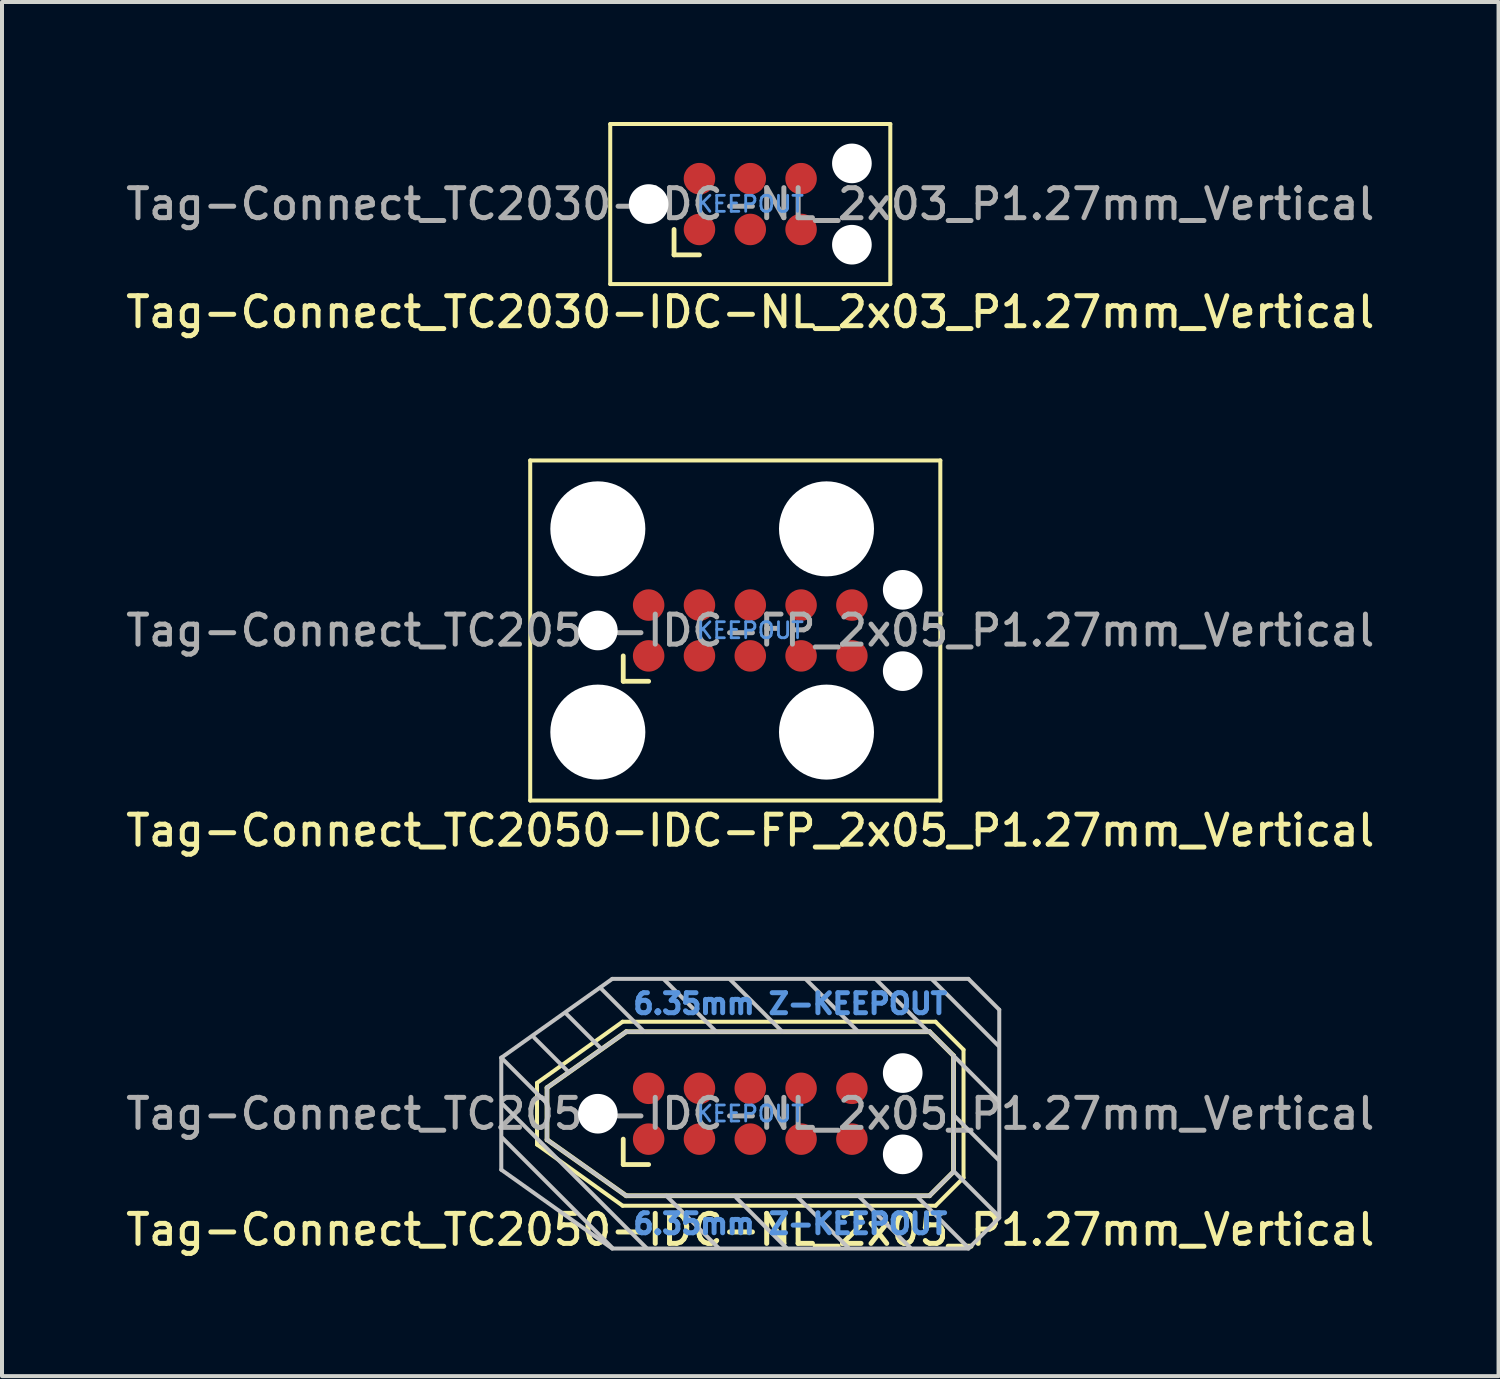
<source format=kicad_pcb>
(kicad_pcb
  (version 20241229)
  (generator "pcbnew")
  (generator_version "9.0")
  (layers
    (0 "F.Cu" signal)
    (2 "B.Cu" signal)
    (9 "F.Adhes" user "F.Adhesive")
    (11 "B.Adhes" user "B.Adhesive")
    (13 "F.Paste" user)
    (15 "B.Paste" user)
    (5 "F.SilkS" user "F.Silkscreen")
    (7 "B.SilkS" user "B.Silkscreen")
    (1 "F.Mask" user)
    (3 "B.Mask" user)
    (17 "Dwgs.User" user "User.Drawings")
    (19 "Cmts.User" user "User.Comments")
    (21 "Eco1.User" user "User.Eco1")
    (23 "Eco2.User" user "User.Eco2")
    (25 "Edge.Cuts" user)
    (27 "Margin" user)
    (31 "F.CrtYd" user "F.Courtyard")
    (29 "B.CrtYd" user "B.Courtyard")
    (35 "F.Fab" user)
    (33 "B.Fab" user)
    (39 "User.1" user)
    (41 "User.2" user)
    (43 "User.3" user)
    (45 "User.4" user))
  (footprint "Tag-Connect_TC2030-IDC-NL_2x03_P1.27mm_Vertical"
    (layer "F.Cu")
    (at 15.702 2.05)
    (property "Reference" "Tag-Connect_TC2030-IDC-NL_2x03_P1.27mm_Vertical" (at 0 2.7 0) (layer "F.SilkS") (effects (font (size 0.75 0.75) (thickness 0.125))))
    (attr exclude_from_pos_files exclude_from_bom)
    (fp_line (start -3.5 -2) (end 3.5 -2) (stroke (width 0.1) (type solid)) (layer "F.SilkS"))
    (fp_line (start -3.5 2) (end -3.5 -2) (stroke (width 0.1) (type solid)) (layer "F.SilkS"))
    (fp_line (start -1.905 1.27) (end -1.905 0.635) (stroke (width 0.12) (type solid)) (layer "F.SilkS"))
    (fp_line (start -1.27 1.27) (end -1.905 1.27) (stroke (width 0.12) (type solid)) (layer "F.SilkS"))
    (fp_line (start 3.5 -2) (end 3.5 2) (stroke (width 0.1) (type solid)) (layer "F.SilkS"))
    (fp_line (start 3.5 2) (end -3.5 2) (stroke (width 0.1) (type solid)) (layer "F.SilkS"))
    (fp_text user "KEEPOUT" (at 0 0 0) (layer "Cmts.User") (effects (font (size 0.4 0.4) (thickness 0.07))))
    (fp_text user "${REFERENCE}" (at 0 0 0) (layer "F.Fab") (effects (font (size 0.75 0.75) (thickness 0.125))))
    (pad "" np_thru_hole circle (at -2.54 0) (size 0.991 0.991) (drill 0.991) (layers "*.Cu" "*.Mask"))
    (pad "" np_thru_hole circle (at 2.54 -1.016) (size 0.991 0.991) (drill 0.991) (layers "*.Cu" "*.Mask"))
    (pad "" np_thru_hole circle (at 2.54 1.016) (size 0.991 0.991) (drill 0.991) (layers "*.Cu" "*.Mask"))
    (pad "1" connect circle (at -1.27 0.635) (size 0.787 0.787) (layers "F.Cu" "F.Mask"))
    (pad "2" connect circle (at -1.27 -0.635) (size 0.787 0.787) (layers "F.Cu" "F.Mask"))
    (pad "3" connect circle (at 0 0.635) (size 0.787 0.787) (layers "F.Cu" "F.Mask"))
    (pad "4" connect circle (at 0 -0.635) (size 0.787 0.787) (layers "F.Cu" "F.Mask"))
    (pad "5" connect circle (at 1.27 0.635) (size 0.787 0.787) (layers "F.Cu" "F.Mask"))
    (pad "6" connect circle (at 1.27 -0.635) (size 0.787 0.787) (layers "F.Cu" "F.Mask"))
    (zone (net_name "") (layer "F.Cu") (hatch full 0.508) (connect_pads) (min_thickness 0.254) (filled_areas_thickness no) (keepout (tracks allowed) (vias not_allowed) (pads allowed) (copperpour not_allowed) (footprints not_allowed)) (placement (enabled no)) (fill) (polygon (pts (xy 16.972 1.415) (xy 14.432 1.415) (xy 14.432 2.685) (xy 16.972 2.685)))))
  (footprint "Tag-Connect_TC2050-IDC-FP_2x05_P1.27mm_Vertical"
    (layer "F.Cu")
    (at 15.702 12.708)
    (property "Reference" "Tag-Connect_TC2050-IDC-FP_2x05_P1.27mm_Vertical" (at 0 5 0) (layer "F.SilkS") (effects (font (size 0.75 0.75) (thickness 0.125))))
    (attr exclude_from_pos_files exclude_from_bom)
    (fp_line (start -5.5 -4.25) (end 4.75 -4.25) (stroke (width 0.1) (type solid)) (layer "F.SilkS"))
    (fp_line (start -5.5 4.25) (end -5.5 -4.25) (stroke (width 0.1) (type solid)) (layer "F.SilkS"))
    (fp_line (start -3.175 1.27) (end -3.175 0.635) (stroke (width 0.12) (type solid)) (layer "F.SilkS"))
    (fp_line (start -2.54 1.27) (end -3.175 1.27) (stroke (width 0.12) (type solid)) (layer "F.SilkS"))
    (fp_line (start 4.75 -4.25) (end 4.75 4.25) (stroke (width 0.1) (type solid)) (layer "F.SilkS"))
    (fp_line (start 4.75 4.25) (end -5.5 4.25) (stroke (width 0.1) (type solid)) (layer "F.SilkS"))
    (fp_text user "KEEPOUT" (at 0 0 0) (layer "Cmts.User") (effects (font (size 0.4 0.4) (thickness 0.07))))
    (fp_text user "${REFERENCE}" (at 0 0 0) (layer "F.Fab") (effects (font (size 0.75 0.75) (thickness 0.125))))
    (pad "" np_thru_hole circle (at -3.81 -2.54) (size 2.375 2.375) (drill 2.375) (layers "*.Cu" "*.Mask"))
    (pad "" np_thru_hole circle (at -3.81 0) (size 0.991 0.991) (drill 0.991) (layers "*.Cu" "*.Mask"))
    (pad "" np_thru_hole circle (at -3.81 2.54) (size 2.375 2.375) (drill 2.375) (layers "*.Cu" "*.Mask"))
    (pad "" np_thru_hole circle (at 1.905 -2.54) (size 2.375 2.375) (drill 2.375) (layers "*.Cu" "*.Mask"))
    (pad "" np_thru_hole circle (at 1.905 2.54) (size 2.375 2.375) (drill 2.375) (layers "*.Cu" "*.Mask"))
    (pad "" np_thru_hole circle (at 3.81 -1.016) (size 0.991 0.991) (drill 0.991) (layers "*.Cu" "*.Mask"))
    (pad "" np_thru_hole circle (at 3.81 1.016) (size 0.991 0.991) (drill 0.991) (layers "*.Cu" "*.Mask"))
    (pad "1" connect circle (at -2.54 0.635) (size 0.787 0.787) (layers "F.Cu" "F.Mask"))
    (pad "2" connect circle (at -1.27 0.635) (size 0.787 0.787) (layers "F.Cu" "F.Mask"))
    (pad "3" connect circle (at 0 0.635) (size 0.787 0.787) (layers "F.Cu" "F.Mask"))
    (pad "4" connect circle (at 1.27 0.635) (size 0.787 0.787) (layers "F.Cu" "F.Mask"))
    (pad "5" connect circle (at 2.54 0.635) (size 0.787 0.787) (layers "F.Cu" "F.Mask"))
    (pad "6" connect circle (at 2.54 -0.635) (size 0.787 0.787) (layers "F.Cu" "F.Mask"))
    (pad "7" connect circle (at 1.27 -0.635) (size 0.787 0.787) (layers "F.Cu" "F.Mask"))
    (pad "8" connect circle (at 0 -0.635) (size 0.787 0.787) (layers "F.Cu" "F.Mask"))
    (pad "9" connect circle (at -1.27 -0.635) (size 0.787 0.787) (layers "F.Cu" "F.Mask"))
    (pad "10" connect circle (at -2.54 -0.635) (size 0.787 0.787) (layers "F.Cu" "F.Mask"))
    (zone (net_name "") (layer "F.Cu") (hatch full 0.508) (connect_pads) (min_thickness 0.254) (filled_areas_thickness no) (keepout (tracks allowed) (vias not_allowed) (pads allowed) (copperpour not_allowed) (footprints not_allowed)) (placement (enabled no)) (fill) (polygon (pts (xy 13.162 13.343) (xy 18.242 13.343) (xy 18.242 12.073) (xy 13.162 12.073)))))
  (footprint "Tag-Connect_TC2050-IDC-NL_2x05_P1.27mm_Vertical"
    (layer "F.Cu")
    (at 15.702 24.786)
    (property "Reference" "Tag-Connect_TC2050-IDC-NL_2x05_P1.27mm_Vertical" (at 0 2.9 0) (layer "F.SilkS") (effects (font (size 0.75 0.75) (thickness 0.125))))
    (attr exclude_from_pos_files exclude_from_bom)
    (fp_line (start -5.33 -0.77) (end -3.19 -2.3) (stroke (width 0.1) (type solid)) (layer "F.SilkS"))
    (fp_line (start -5.33 0.77) (end -5.33 -0.77) (stroke (width 0.1) (type solid)) (layer "F.SilkS"))
    (fp_line (start -5.08 -0.65) (end -3.1 -2.05) (stroke (width 0.12) (type solid)) (layer "F.SilkS"))
    (fp_line (start -5.08 0.65) (end -5.08 -0.65) (stroke (width 0.12) (type solid)) (layer "F.SilkS"))
    (fp_line (start -3.19 -2.3) (end 4.63 -2.3) (stroke (width 0.1) (type solid)) (layer "F.SilkS"))
    (fp_line (start -3.19 2.3) (end -5.33 0.77) (stroke (width 0.1) (type solid)) (layer "F.SilkS"))
    (fp_line (start -3.175 1.27) (end -3.175 0.635) (stroke (width 0.12) (type solid)) (layer "F.SilkS"))
    (fp_line (start -3.1 -2.05) (end 4.48 -2.05) (stroke (width 0.12) (type solid)) (layer "F.SilkS"))
    (fp_line (start -3.1 2.05) (end -5.08 0.65) (stroke (width 0.12) (type solid)) (layer "F.SilkS"))
    (fp_line (start -2.54 1.27) (end -3.175 1.27) (stroke (width 0.12) (type solid)) (layer "F.SilkS"))
    (fp_line (start 4.48 -2.05) (end 5.08 -1.45) (stroke (width 0.12) (type solid)) (layer "F.SilkS"))
    (fp_line (start 4.48 2.05) (end -3.1 2.05) (stroke (width 0.12) (type solid)) (layer "F.SilkS"))
    (fp_line (start 4.48 2.05) (end 5.08 1.45) (stroke (width 0.12) (type solid)) (layer "F.SilkS"))
    (fp_line (start 4.63 -2.3) (end 5.33 -1.6) (stroke (width 0.1) (type solid)) (layer "F.SilkS"))
    (fp_line (start 4.63 2.3) (end -3.19 2.3) (stroke (width 0.1) (type solid)) (layer "F.SilkS"))
    (fp_line (start 4.63 2.3) (end 5.33 1.6) (stroke (width 0.1) (type solid)) (layer "F.SilkS"))
    (fp_line (start 5.08 -1.45) (end 5.08 1.45) (stroke (width 0.12) (type solid)) (layer "F.SilkS"))
    (fp_line (start 5.33 -1.6) (end 5.33 1.6) (stroke (width 0.1) (type solid)) (layer "F.SilkS"))
    (fp_line (start -6.223 -1.4) (end -5.1 -0.277) (stroke (width 0.1) (type solid)) (layer "Dwgs.User"))
    (fp_line (start -6.223 -1.4) (end -3.45 -3.37) (stroke (width 0.1) (type solid)) (layer "Dwgs.User"))
    (fp_line (start -6.223 1.4) (end -6.223 -1.4) (stroke (width 0.1) (type solid)) (layer "Dwgs.User"))
    (fp_line (start -6.223 1.4) (end -3.45 3.37) (stroke (width 0.1) (type solid)) (layer "Dwgs.User"))
    (fp_line (start -6.2 -0.25) (end -2.6 3.35) (stroke (width 0.1) (type solid)) (layer "Dwgs.User"))
    (fp_line (start -6.2 0.6) (end -3.45 3.35) (stroke (width 0.1) (type solid)) (layer "Dwgs.User"))
    (fp_line (start -5.4 -1.9) (end -4.55 -1.05) (stroke (width 0.1) (type solid)) (layer "Dwgs.User"))
    (fp_line (start -5.08 -0.65) (end -3.1 -2.05) (stroke (width 0.1) (type solid)) (layer "Dwgs.User"))
    (fp_line (start -5.08 0.65) (end -5.08 -0.65) (stroke (width 0.1) (type solid)) (layer "Dwgs.User"))
    (fp_line (start -4.6 -2.5) (end -3.75 -1.65) (stroke (width 0.1) (type solid)) (layer "Dwgs.User"))
    (fp_line (start -3.75 -3.15) (end -2.65 -2.05) (stroke (width 0.1) (type solid)) (layer "Dwgs.User"))
    (fp_line (start -3.45 -3.37) (end 5.453 -3.37) (stroke (width 0.1) (type solid)) (layer "Dwgs.User"))
    (fp_line (start -3.1 -2.05) (end 4.48 -2.05) (stroke (width 0.1) (type solid)) (layer "Dwgs.User"))
    (fp_line (start -3.1 2.05) (end -5.08 0.65) (stroke (width 0.1) (type solid)) (layer "Dwgs.User"))
    (fp_line (start -2.15 -3.35) (end -0.85 -2.05) (stroke (width 0.1) (type solid)) (layer "Dwgs.User"))
    (fp_line (start -2.1 2.05) (end -0.8 3.35) (stroke (width 0.1) (type solid)) (layer "Dwgs.User"))
    (fp_line (start -0.5 -3.35) (end 0.8 -2.05) (stroke (width 0.1) (type solid)) (layer "Dwgs.User"))
    (fp_line (start -0.35 2.1) (end 0.9 3.35) (stroke (width 0.1) (type solid)) (layer "Dwgs.User"))
    (fp_line (start 1.15 2.05) (end 2.45 3.35) (stroke (width 0.1) (type solid)) (layer "Dwgs.User"))
    (fp_line (start 1.4 -3.35) (end 2.7 -2.05) (stroke (width 0.1) (type solid)) (layer "Dwgs.User"))
    (fp_line (start 2.7 2.05) (end 4 3.35) (stroke (width 0.1) (type solid)) (layer "Dwgs.User"))
    (fp_line (start 3.15 -3.35) (end 4.4 -2.1) (stroke (width 0.1) (type solid)) (layer "Dwgs.User"))
    (fp_line (start 4.2 2.1) (end 5.45 3.35) (stroke (width 0.1) (type solid)) (layer "Dwgs.User"))
    (fp_line (start 4.4 -2.1) (end 4.45 -2.05) (stroke (width 0.1) (type solid)) (layer "Dwgs.User"))
    (fp_line (start 4.48 -2.05) (end 5.08 -1.45) (stroke (width 0.1) (type solid)) (layer "Dwgs.User"))
    (fp_line (start 4.48 2.05) (end -3.1 2.05) (stroke (width 0.1) (type solid)) (layer "Dwgs.User"))
    (fp_line (start 4.48 2.05) (end 5.08 1.45) (stroke (width 0.1) (type solid)) (layer "Dwgs.User"))
    (fp_line (start 4.55 -3.35) (end 6.2 -1.7) (stroke (width 0.1) (type solid)) (layer "Dwgs.User"))
    (fp_line (start 5.08 -1.45) (end 5.08 1.45) (stroke (width 0.1) (type solid)) (layer "Dwgs.User"))
    (fp_line (start 5.08 -1.45) (end 6.2 -0.33) (stroke (width 0.1) (type solid)) (layer "Dwgs.User"))
    (fp_line (start 5.1 0.05) (end 6.2 1.15) (stroke (width 0.1) (type solid)) (layer "Dwgs.User"))
    (fp_line (start 5.1 1.45) (end 6.2 2.55) (stroke (width 0.1) (type solid)) (layer "Dwgs.User"))
    (fp_line (start 5.453 -3.37) (end 6.223 -2.6) (stroke (width 0.1) (type solid)) (layer "Dwgs.User"))
    (fp_line (start 5.453 3.37) (end -3.45 3.37) (stroke (width 0.1) (type solid)) (layer "Dwgs.User"))
    (fp_line (start 5.453 3.37) (end 6.223 2.6) (stroke (width 0.1) (type solid)) (layer "Dwgs.User"))
    (fp_line (start 6.223 -2.6) (end 6.223 2.6) (stroke (width 0.1) (type solid)) (layer "Dwgs.User"))
    (fp_text user "6.35mm Z-KEEPOUT" (at 1 2.75 0) (layer "Cmts.User") (effects (font (size 0.5 0.5) (thickness 0.125))))
    (fp_text user "6.35mm Z-KEEPOUT" (at 1 -2.75 0) (layer "Cmts.User") (effects (font (size 0.5 0.5) (thickness 0.125))))
    (fp_text user "KEEPOUT" (at 0 0 0) (layer "Cmts.User") (effects (font (size 0.4 0.4) (thickness 0.07))))
    (fp_text user "${REFERENCE}" (at 0 0 0) (layer "F.Fab") (effects (font (size 0.75 0.75) (thickness 0.125))))
    (pad "" np_thru_hole circle (at -3.81 0) (size 0.991 0.991) (drill 0.991) (layers "*.Cu" "*.Mask"))
    (pad "" np_thru_hole circle (at 3.81 -1.016) (size 0.991 0.991) (drill 0.991) (layers "*.Cu" "*.Mask"))
    (pad "" np_thru_hole circle (at 3.81 1.016) (size 0.991 0.991) (drill 0.991) (layers "*.Cu" "*.Mask"))
    (pad "1" connect circle (at -2.54 0.635) (size 0.787 0.787) (layers "F.Cu" "F.Mask"))
    (pad "2" connect circle (at -1.27 0.635) (size 0.787 0.787) (layers "F.Cu" "F.Mask"))
    (pad "3" connect circle (at 0 0.635) (size 0.787 0.787) (layers "F.Cu" "F.Mask"))
    (pad "4" connect circle (at 1.27 0.635) (size 0.787 0.787) (layers "F.Cu" "F.Mask"))
    (pad "5" connect circle (at 2.54 0.635) (size 0.787 0.787) (layers "F.Cu" "F.Mask"))
    (pad "6" connect circle (at 2.54 -0.635) (size 0.787 0.787) (layers "F.Cu" "F.Mask"))
    (pad "7" connect circle (at 1.27 -0.635) (size 0.787 0.787) (layers "F.Cu" "F.Mask"))
    (pad "8" connect circle (at 0 -0.635) (size 0.787 0.787) (layers "F.Cu" "F.Mask"))
    (pad "9" connect circle (at -1.27 -0.635) (size 0.787 0.787) (layers "F.Cu" "F.Mask"))
    (pad "10" connect circle (at -2.54 -0.635) (size 0.787 0.787) (layers "F.Cu" "F.Mask"))
    (zone (net_name "") (layer "F.Cu") (hatch full 0.508) (connect_pads) (min_thickness 0.254) (filled_areas_thickness no) (keepout (tracks allowed) (vias not_allowed) (pads allowed) (copperpour not_allowed) (footprints not_allowed)) (placement (enabled no)) (fill) (polygon (pts (xy 13.162 25.421) (xy 18.242 25.421) (xy 18.242 24.151) (xy 13.162 24.151)))))
  (gr_rect
    (start -3 -3)
    (end 34.404 31.344)
    (stroke (width 0.1) (type default))
    (fill no)
    (layer "Edge.Cuts")))
</source>
